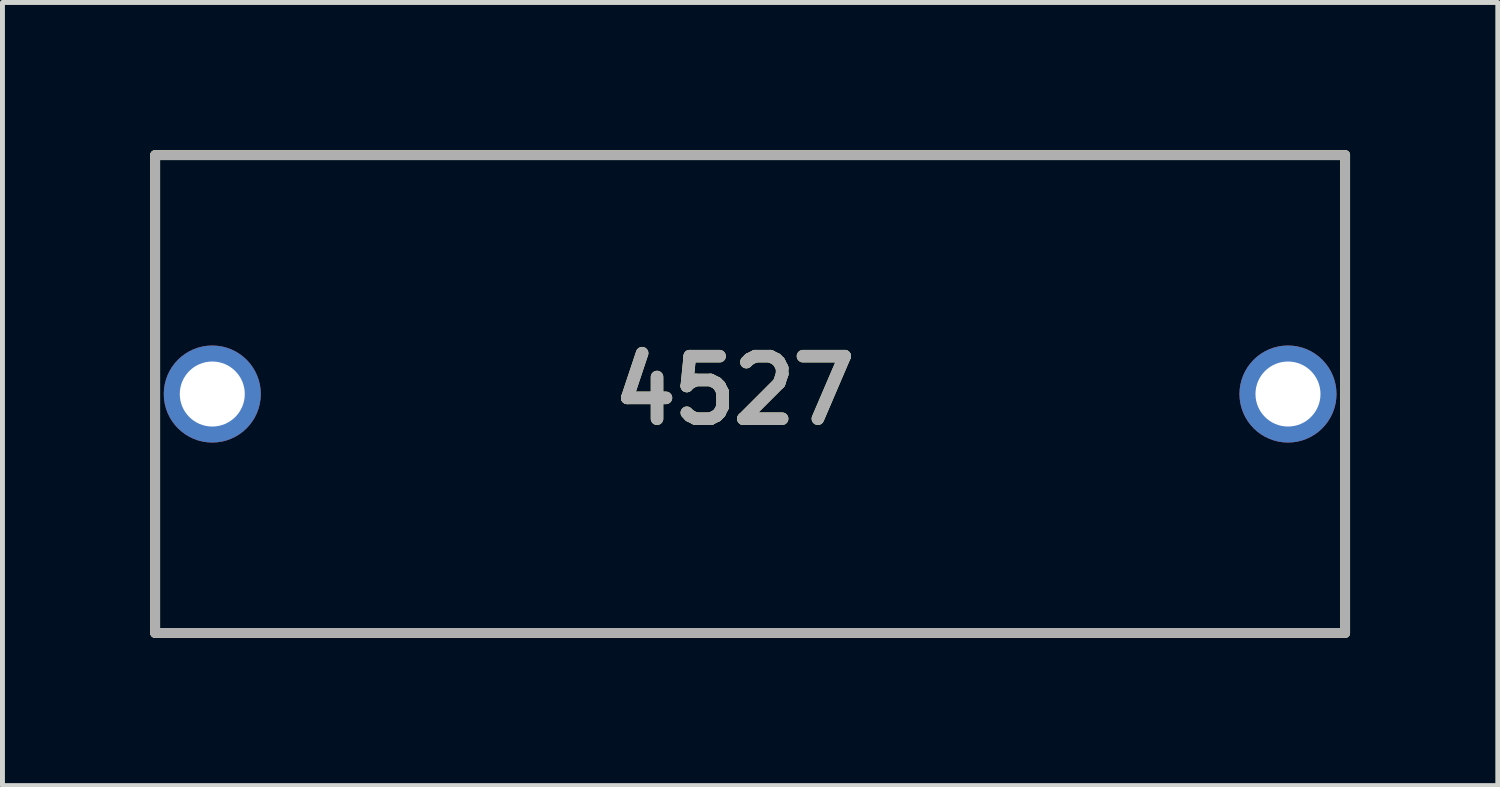
<source format=kicad_pcb>
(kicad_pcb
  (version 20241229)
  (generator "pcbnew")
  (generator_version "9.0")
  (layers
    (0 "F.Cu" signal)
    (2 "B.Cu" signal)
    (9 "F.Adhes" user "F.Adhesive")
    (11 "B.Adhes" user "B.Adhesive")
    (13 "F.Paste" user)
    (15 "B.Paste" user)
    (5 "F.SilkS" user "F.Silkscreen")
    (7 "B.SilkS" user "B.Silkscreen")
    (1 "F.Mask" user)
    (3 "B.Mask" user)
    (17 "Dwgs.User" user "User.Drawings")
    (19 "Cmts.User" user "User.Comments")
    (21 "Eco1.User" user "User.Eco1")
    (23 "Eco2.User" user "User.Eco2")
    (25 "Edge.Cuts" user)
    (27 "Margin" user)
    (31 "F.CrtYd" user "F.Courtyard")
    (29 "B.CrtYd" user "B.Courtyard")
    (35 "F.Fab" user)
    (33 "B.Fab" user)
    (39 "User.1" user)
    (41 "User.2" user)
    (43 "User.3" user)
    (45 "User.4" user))
  (footprint "4527"
    (layer "F.Cu")
    (at 12.18 4.95)
    (property "Reference" "4527" (at -0.318 -0.073 0) (layer "F.SilkS") (effects (font (size 1.27 1.27) (thickness 0.254))))
    (attr through_hole)
    (fp_line (start -12.08 -4.85) (end 12.08 -4.85) (stroke (width 0.2) (type solid)) (layer "F.SilkS"))
    (fp_line (start -12.08 4.85) (end -12.08 -4.85) (stroke (width 0.2) (type solid)) (layer "F.SilkS"))
    (fp_line (start 12.08 -4.85) (end 12.08 4.85) (stroke (width 0.2) (type solid)) (layer "F.SilkS"))
    (fp_line (start 12.08 4.85) (end -12.08 4.85) (stroke (width 0.2) (type solid)) (layer "F.SilkS"))
    (fp_line (start -12.08 -4.85) (end 12.08 -4.85) (stroke (width 0.2) (type solid)) (layer "F.Fab"))
    (fp_line (start -12.08 4.85) (end -12.08 -4.85) (stroke (width 0.2) (type solid)) (layer "F.Fab"))
    (fp_line (start 12.08 -4.85) (end 12.08 4.85) (stroke (width 0.2) (type solid)) (layer "F.Fab"))
    (fp_line (start 12.08 4.85) (end -12.08 4.85) (stroke (width 0.2) (type solid)) (layer "F.Fab"))
    (fp_text user "${REFERENCE}" (at -0.318 -0.073 0) (layer "F.Fab") (effects (font (size 1.27 1.27) (thickness 0.254))))
    (pad "1" thru_hole circle (at -10.92 0) (size 1.97 1.97) (drill 1.32) (layers "*.Cu" "*.Mask"))
    (pad "2" thru_hole circle (at 10.92 0) (size 1.97 1.97) (drill 1.32) (layers "*.Cu" "*.Mask")))
  (gr_rect
    (start -3 -3)
    (end 27.36 12.9)
    (stroke (width 0.1) (type default))
    (fill no)
    (layer "Edge.Cuts")))
</source>
